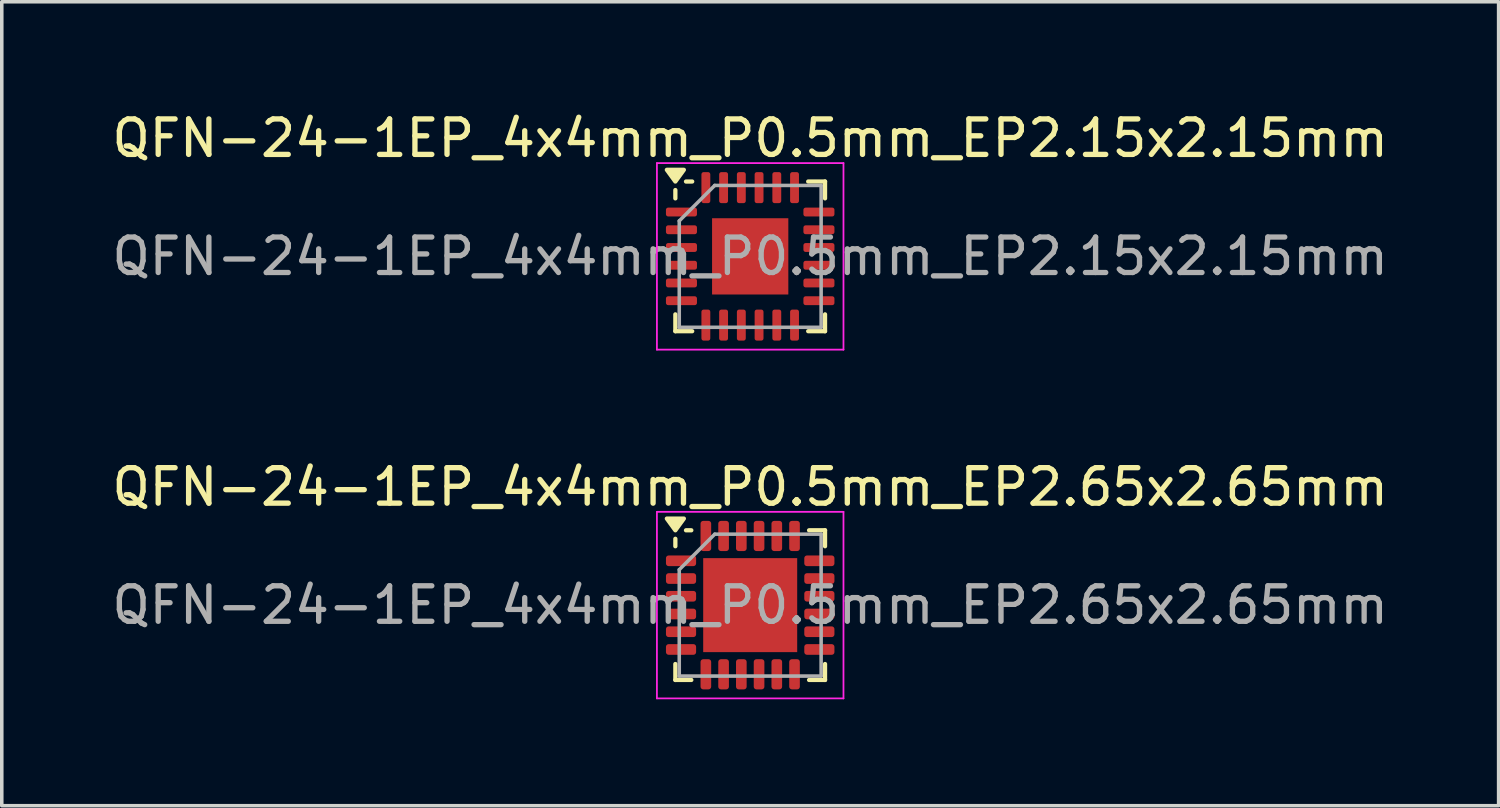
<source format=kicad_pcb>
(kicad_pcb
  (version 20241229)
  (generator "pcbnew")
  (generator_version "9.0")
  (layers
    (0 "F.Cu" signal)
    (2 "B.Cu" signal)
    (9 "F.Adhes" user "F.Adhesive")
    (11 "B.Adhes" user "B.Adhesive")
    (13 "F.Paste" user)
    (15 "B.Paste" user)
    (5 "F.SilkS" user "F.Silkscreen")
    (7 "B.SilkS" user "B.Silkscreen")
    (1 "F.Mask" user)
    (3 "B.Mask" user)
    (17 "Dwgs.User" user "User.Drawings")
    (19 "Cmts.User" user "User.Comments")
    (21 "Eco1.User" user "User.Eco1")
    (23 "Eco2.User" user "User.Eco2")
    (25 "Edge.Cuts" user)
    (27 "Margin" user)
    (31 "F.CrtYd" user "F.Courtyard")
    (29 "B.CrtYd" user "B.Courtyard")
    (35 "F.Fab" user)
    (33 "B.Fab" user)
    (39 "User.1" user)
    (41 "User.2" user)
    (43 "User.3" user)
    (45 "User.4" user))
  (footprint "QFN-24-1EP_4x4mm_P0.5mm_EP2.15x2.15mm"
    (layer "F.Cu")
    (at 18.101 4.178)
    (property "Reference" "QFN-24-1EP_4x4mm_P0.5mm_EP2.15x2.15mm" (at 0 -3.33 0) (layer "F.SilkS") (effects (font (size 1 1) (thickness 0.15))))
    (attr smd)
    (fp_line (start -2.11 -1.635) (end -2.11 -1.87) (stroke (width 0.12) (type solid)) (layer "F.SilkS"))
    (fp_line (start -2.11 2.11) (end -2.11 1.635) (stroke (width 0.12) (type solid)) (layer "F.SilkS"))
    (fp_line (start -1.635 -2.11) (end -1.81 -2.11) (stroke (width 0.12) (type solid)) (layer "F.SilkS"))
    (fp_line (start -1.635 2.11) (end -2.11 2.11) (stroke (width 0.12) (type solid)) (layer "F.SilkS"))
    (fp_line (start 1.635 -2.11) (end 2.11 -2.11) (stroke (width 0.12) (type solid)) (layer "F.SilkS"))
    (fp_line (start 1.635 2.11) (end 2.11 2.11) (stroke (width 0.12) (type solid)) (layer "F.SilkS"))
    (fp_line (start 2.11 -2.11) (end 2.11 -1.635) (stroke (width 0.12) (type solid)) (layer "F.SilkS"))
    (fp_line (start 2.11 2.11) (end 2.11 1.635) (stroke (width 0.12) (type solid)) (layer "F.SilkS"))
    (fp_poly (pts (xy -2.11 -2.11) (xy -2.35 -2.44) (xy -1.87 -2.44) (xy -2.11 -2.11)) (stroke (width 0.12) (type solid)) (fill yes) (layer "F.SilkS"))
    (fp_line (start -2.63 -2.63) (end -2.63 2.63) (stroke (width 0.05) (type solid)) (layer "F.CrtYd"))
    (fp_line (start -2.63 2.63) (end 2.63 2.63) (stroke (width 0.05) (type solid)) (layer "F.CrtYd"))
    (fp_line (start 2.63 -2.63) (end -2.63 -2.63) (stroke (width 0.05) (type solid)) (layer "F.CrtYd"))
    (fp_line (start 2.63 2.63) (end 2.63 -2.63) (stroke (width 0.05) (type solid)) (layer "F.CrtYd"))
    (fp_line (start -2 -1) (end -1 -2) (stroke (width 0.1) (type solid)) (layer "F.Fab"))
    (fp_line (start -2 2) (end -2 -1) (stroke (width 0.1) (type solid)) (layer "F.Fab"))
    (fp_line (start -1 -2) (end 2 -2) (stroke (width 0.1) (type solid)) (layer "F.Fab"))
    (fp_line (start 2 -2) (end 2 2) (stroke (width 0.1) (type solid)) (layer "F.Fab"))
    (fp_line (start 2 2) (end -2 2) (stroke (width 0.1) (type solid)) (layer "F.Fab"))
    (fp_text user "${REFERENCE}" (at 0 0 0) (layer "F.Fab") (effects (font (size 1 1) (thickness 0.15))))
    (pad "" smd roundrect (at -0.54 -0.54) (size 0.87 0.87) (layers "F.Paste") (roundrect_rratio 0.25))
    (pad "" smd roundrect (at -0.54 0.54) (size 0.87 0.87) (layers "F.Paste") (roundrect_rratio 0.25))
    (pad "" smd roundrect (at 0.54 -0.54) (size 0.87 0.87) (layers "F.Paste") (roundrect_rratio 0.25))
    (pad "" smd roundrect (at 0.54 0.54) (size 0.87 0.87) (layers "F.Paste") (roundrect_rratio 0.25))
    (pad "1" smd roundrect (at -1.938 -1.25) (size 0.875 0.25) (layers "F.Cu" "F.Mask" "F.Paste") (roundrect_rratio 0.25))
    (pad "2" smd roundrect (at -1.938 -0.75) (size 0.875 0.25) (layers "F.Cu" "F.Mask" "F.Paste") (roundrect_rratio 0.25))
    (pad "3" smd roundrect (at -1.938 -0.25) (size 0.875 0.25) (layers "F.Cu" "F.Mask" "F.Paste") (roundrect_rratio 0.25))
    (pad "4" smd roundrect (at -1.938 0.25) (size 0.875 0.25) (layers "F.Cu" "F.Mask" "F.Paste") (roundrect_rratio 0.25))
    (pad "5" smd roundrect (at -1.938 0.75) (size 0.875 0.25) (layers "F.Cu" "F.Mask" "F.Paste") (roundrect_rratio 0.25))
    (pad "6" smd roundrect (at -1.938 1.25) (size 0.875 0.25) (layers "F.Cu" "F.Mask" "F.Paste") (roundrect_rratio 0.25))
    (pad "7" smd roundrect (at -1.25 1.938) (size 0.25 0.875) (layers "F.Cu" "F.Mask" "F.Paste") (roundrect_rratio 0.25))
    (pad "8" smd roundrect (at -0.75 1.938) (size 0.25 0.875) (layers "F.Cu" "F.Mask" "F.Paste") (roundrect_rratio 0.25))
    (pad "9" smd roundrect (at -0.25 1.938) (size 0.25 0.875) (layers "F.Cu" "F.Mask" "F.Paste") (roundrect_rratio 0.25))
    (pad "10" smd roundrect (at 0.25 1.938) (size 0.25 0.875) (layers "F.Cu" "F.Mask" "F.Paste") (roundrect_rratio 0.25))
    (pad "11" smd roundrect (at 0.75 1.938) (size 0.25 0.875) (layers "F.Cu" "F.Mask" "F.Paste") (roundrect_rratio 0.25))
    (pad "12" smd roundrect (at 1.25 1.938) (size 0.25 0.875) (layers "F.Cu" "F.Mask" "F.Paste") (roundrect_rratio 0.25))
    (pad "13" smd roundrect (at 1.938 1.25) (size 0.875 0.25) (layers "F.Cu" "F.Mask" "F.Paste") (roundrect_rratio 0.25))
    (pad "14" smd roundrect (at 1.938 0.75) (size 0.875 0.25) (layers "F.Cu" "F.Mask" "F.Paste") (roundrect_rratio 0.25))
    (pad "15" smd roundrect (at 1.938 0.25) (size 0.875 0.25) (layers "F.Cu" "F.Mask" "F.Paste") (roundrect_rratio 0.25))
    (pad "16" smd roundrect (at 1.938 -0.25) (size 0.875 0.25) (layers "F.Cu" "F.Mask" "F.Paste") (roundrect_rratio 0.25))
    (pad "17" smd roundrect (at 1.938 -0.75) (size 0.875 0.25) (layers "F.Cu" "F.Mask" "F.Paste") (roundrect_rratio 0.25))
    (pad "18" smd roundrect (at 1.938 -1.25) (size 0.875 0.25) (layers "F.Cu" "F.Mask" "F.Paste") (roundrect_rratio 0.25))
    (pad "19" smd roundrect (at 1.25 -1.938) (size 0.25 0.875) (layers "F.Cu" "F.Mask" "F.Paste") (roundrect_rratio 0.25))
    (pad "20" smd roundrect (at 0.75 -1.938) (size 0.25 0.875) (layers "F.Cu" "F.Mask" "F.Paste") (roundrect_rratio 0.25))
    (pad "21" smd roundrect (at 0.25 -1.938) (size 0.25 0.875) (layers "F.Cu" "F.Mask" "F.Paste") (roundrect_rratio 0.25))
    (pad "22" smd roundrect (at -0.25 -1.938) (size 0.25 0.875) (layers "F.Cu" "F.Mask" "F.Paste") (roundrect_rratio 0.25))
    (pad "23" smd roundrect (at -0.75 -1.938) (size 0.25 0.875) (layers "F.Cu" "F.Mask" "F.Paste") (roundrect_rratio 0.25))
    (pad "24" smd roundrect (at -1.25 -1.938) (size 0.25 0.875) (layers "F.Cu" "F.Mask" "F.Paste") (roundrect_rratio 0.25))
    (pad "25" smd rect (at 0 0) (size 2.15 2.15) (property pad_prop_heatsink) (layers "F.Cu" "F.Mask")))
  (footprint "QFN-24-1EP_4x4mm_P0.5mm_EP2.65x2.65mm"
    (layer "F.Cu")
    (at 18.101 14.011)
    (property "Reference" "QFN-24-1EP_4x4mm_P0.5mm_EP2.65x2.65mm" (at 0 -3.33 0) (layer "F.SilkS") (effects (font (size 1 1) (thickness 0.15))))
    (attr smd)
    (fp_line (start -2.11 -1.66) (end -2.11 -1.87) (stroke (width 0.12) (type solid)) (layer "F.SilkS"))
    (fp_line (start -2.11 2.11) (end -2.11 1.66) (stroke (width 0.12) (type solid)) (layer "F.SilkS"))
    (fp_line (start -1.66 -2.11) (end -1.81 -2.11) (stroke (width 0.12) (type solid)) (layer "F.SilkS"))
    (fp_line (start -1.66 2.11) (end -2.11 2.11) (stroke (width 0.12) (type solid)) (layer "F.SilkS"))
    (fp_line (start 1.66 -2.11) (end 2.11 -2.11) (stroke (width 0.12) (type solid)) (layer "F.SilkS"))
    (fp_line (start 1.66 2.11) (end 2.11 2.11) (stroke (width 0.12) (type solid)) (layer "F.SilkS"))
    (fp_line (start 2.11 -2.11) (end 2.11 -1.66) (stroke (width 0.12) (type solid)) (layer "F.SilkS"))
    (fp_line (start 2.11 2.11) (end 2.11 1.66) (stroke (width 0.12) (type solid)) (layer "F.SilkS"))
    (fp_poly (pts (xy -2.11 -2.11) (xy -2.35 -2.44) (xy -1.87 -2.44) (xy -2.11 -2.11)) (stroke (width 0.12) (type solid)) (fill yes) (layer "F.SilkS"))
    (fp_line (start -2.63 -2.63) (end -2.63 2.63) (stroke (width 0.05) (type solid)) (layer "F.CrtYd"))
    (fp_line (start -2.63 2.63) (end 2.63 2.63) (stroke (width 0.05) (type solid)) (layer "F.CrtYd"))
    (fp_line (start 2.63 -2.63) (end -2.63 -2.63) (stroke (width 0.05) (type solid)) (layer "F.CrtYd"))
    (fp_line (start 2.63 2.63) (end 2.63 -2.63) (stroke (width 0.05) (type solid)) (layer "F.CrtYd"))
    (fp_line (start -2 -1) (end -1 -2) (stroke (width 0.1) (type solid)) (layer "F.Fab"))
    (fp_line (start -2 2) (end -2 -1) (stroke (width 0.1) (type solid)) (layer "F.Fab"))
    (fp_line (start -1 -2) (end 2 -2) (stroke (width 0.1) (type solid)) (layer "F.Fab"))
    (fp_line (start 2 -2) (end 2 2) (stroke (width 0.1) (type solid)) (layer "F.Fab"))
    (fp_line (start 2 2) (end -2 2) (stroke (width 0.1) (type solid)) (layer "F.Fab"))
    (fp_text user "${REFERENCE}" (at 0 0 0) (layer "F.Fab") (effects (font (size 1 1) (thickness 0.15))))
    (pad "" smd roundrect (at -0.66 -0.66) (size 1.07 1.07) (layers "F.Paste") (roundrect_rratio 0.234))
    (pad "" smd roundrect (at -0.66 0.66) (size 1.07 1.07) (layers "F.Paste") (roundrect_rratio 0.234))
    (pad "" smd roundrect (at 0.66 -0.66) (size 1.07 1.07) (layers "F.Paste") (roundrect_rratio 0.234))
    (pad "" smd roundrect (at 0.66 0.66) (size 1.07 1.07) (layers "F.Paste") (roundrect_rratio 0.234))
    (pad "1" smd roundrect (at -1.95 -1.25) (size 0.85 0.3) (layers "F.Cu" "F.Mask" "F.Paste") (roundrect_rratio 0.25))
    (pad "2" smd roundrect (at -1.95 -0.75) (size 0.85 0.3) (layers "F.Cu" "F.Mask" "F.Paste") (roundrect_rratio 0.25))
    (pad "3" smd roundrect (at -1.95 -0.25) (size 0.85 0.3) (layers "F.Cu" "F.Mask" "F.Paste") (roundrect_rratio 0.25))
    (pad "4" smd roundrect (at -1.95 0.25) (size 0.85 0.3) (layers "F.Cu" "F.Mask" "F.Paste") (roundrect_rratio 0.25))
    (pad "5" smd roundrect (at -1.95 0.75) (size 0.85 0.3) (layers "F.Cu" "F.Mask" "F.Paste") (roundrect_rratio 0.25))
    (pad "6" smd roundrect (at -1.95 1.25) (size 0.85 0.3) (layers "F.Cu" "F.Mask" "F.Paste") (roundrect_rratio 0.25))
    (pad "7" smd roundrect (at -1.25 1.95) (size 0.3 0.85) (layers "F.Cu" "F.Mask" "F.Paste") (roundrect_rratio 0.25))
    (pad "8" smd roundrect (at -0.75 1.95) (size 0.3 0.85) (layers "F.Cu" "F.Mask" "F.Paste") (roundrect_rratio 0.25))
    (pad "9" smd roundrect (at -0.25 1.95) (size 0.3 0.85) (layers "F.Cu" "F.Mask" "F.Paste") (roundrect_rratio 0.25))
    (pad "10" smd roundrect (at 0.25 1.95) (size 0.3 0.85) (layers "F.Cu" "F.Mask" "F.Paste") (roundrect_rratio 0.25))
    (pad "11" smd roundrect (at 0.75 1.95) (size 0.3 0.85) (layers "F.Cu" "F.Mask" "F.Paste") (roundrect_rratio 0.25))
    (pad "12" smd roundrect (at 1.25 1.95) (size 0.3 0.85) (layers "F.Cu" "F.Mask" "F.Paste") (roundrect_rratio 0.25))
    (pad "13" smd roundrect (at 1.95 1.25) (size 0.85 0.3) (layers "F.Cu" "F.Mask" "F.Paste") (roundrect_rratio 0.25))
    (pad "14" smd roundrect (at 1.95 0.75) (size 0.85 0.3) (layers "F.Cu" "F.Mask" "F.Paste") (roundrect_rratio 0.25))
    (pad "15" smd roundrect (at 1.95 0.25) (size 0.85 0.3) (layers "F.Cu" "F.Mask" "F.Paste") (roundrect_rratio 0.25))
    (pad "16" smd roundrect (at 1.95 -0.25) (size 0.85 0.3) (layers "F.Cu" "F.Mask" "F.Paste") (roundrect_rratio 0.25))
    (pad "17" smd roundrect (at 1.95 -0.75) (size 0.85 0.3) (layers "F.Cu" "F.Mask" "F.Paste") (roundrect_rratio 0.25))
    (pad "18" smd roundrect (at 1.95 -1.25) (size 0.85 0.3) (layers "F.Cu" "F.Mask" "F.Paste") (roundrect_rratio 0.25))
    (pad "19" smd roundrect (at 1.25 -1.95) (size 0.3 0.85) (layers "F.Cu" "F.Mask" "F.Paste") (roundrect_rratio 0.25))
    (pad "20" smd roundrect (at 0.75 -1.95) (size 0.3 0.85) (layers "F.Cu" "F.Mask" "F.Paste") (roundrect_rratio 0.25))
    (pad "21" smd roundrect (at 0.25 -1.95) (size 0.3 0.85) (layers "F.Cu" "F.Mask" "F.Paste") (roundrect_rratio 0.25))
    (pad "22" smd roundrect (at -0.25 -1.95) (size 0.3 0.85) (layers "F.Cu" "F.Mask" "F.Paste") (roundrect_rratio 0.25))
    (pad "23" smd roundrect (at -0.75 -1.95) (size 0.3 0.85) (layers "F.Cu" "F.Mask" "F.Paste") (roundrect_rratio 0.25))
    (pad "24" smd roundrect (at -1.25 -1.95) (size 0.3 0.85) (layers "F.Cu" "F.Mask" "F.Paste") (roundrect_rratio 0.25))
    (pad "25" smd rect (at 0 0) (size 2.65 2.65) (property pad_prop_heatsink) (layers "F.Cu" "F.Mask")))
  (gr_rect
    (start -3 -3)
    (end 39.202 19.666)
    (stroke (width 0.1) (type default))
    (fill no)
    (layer "Edge.Cuts")))
</source>
